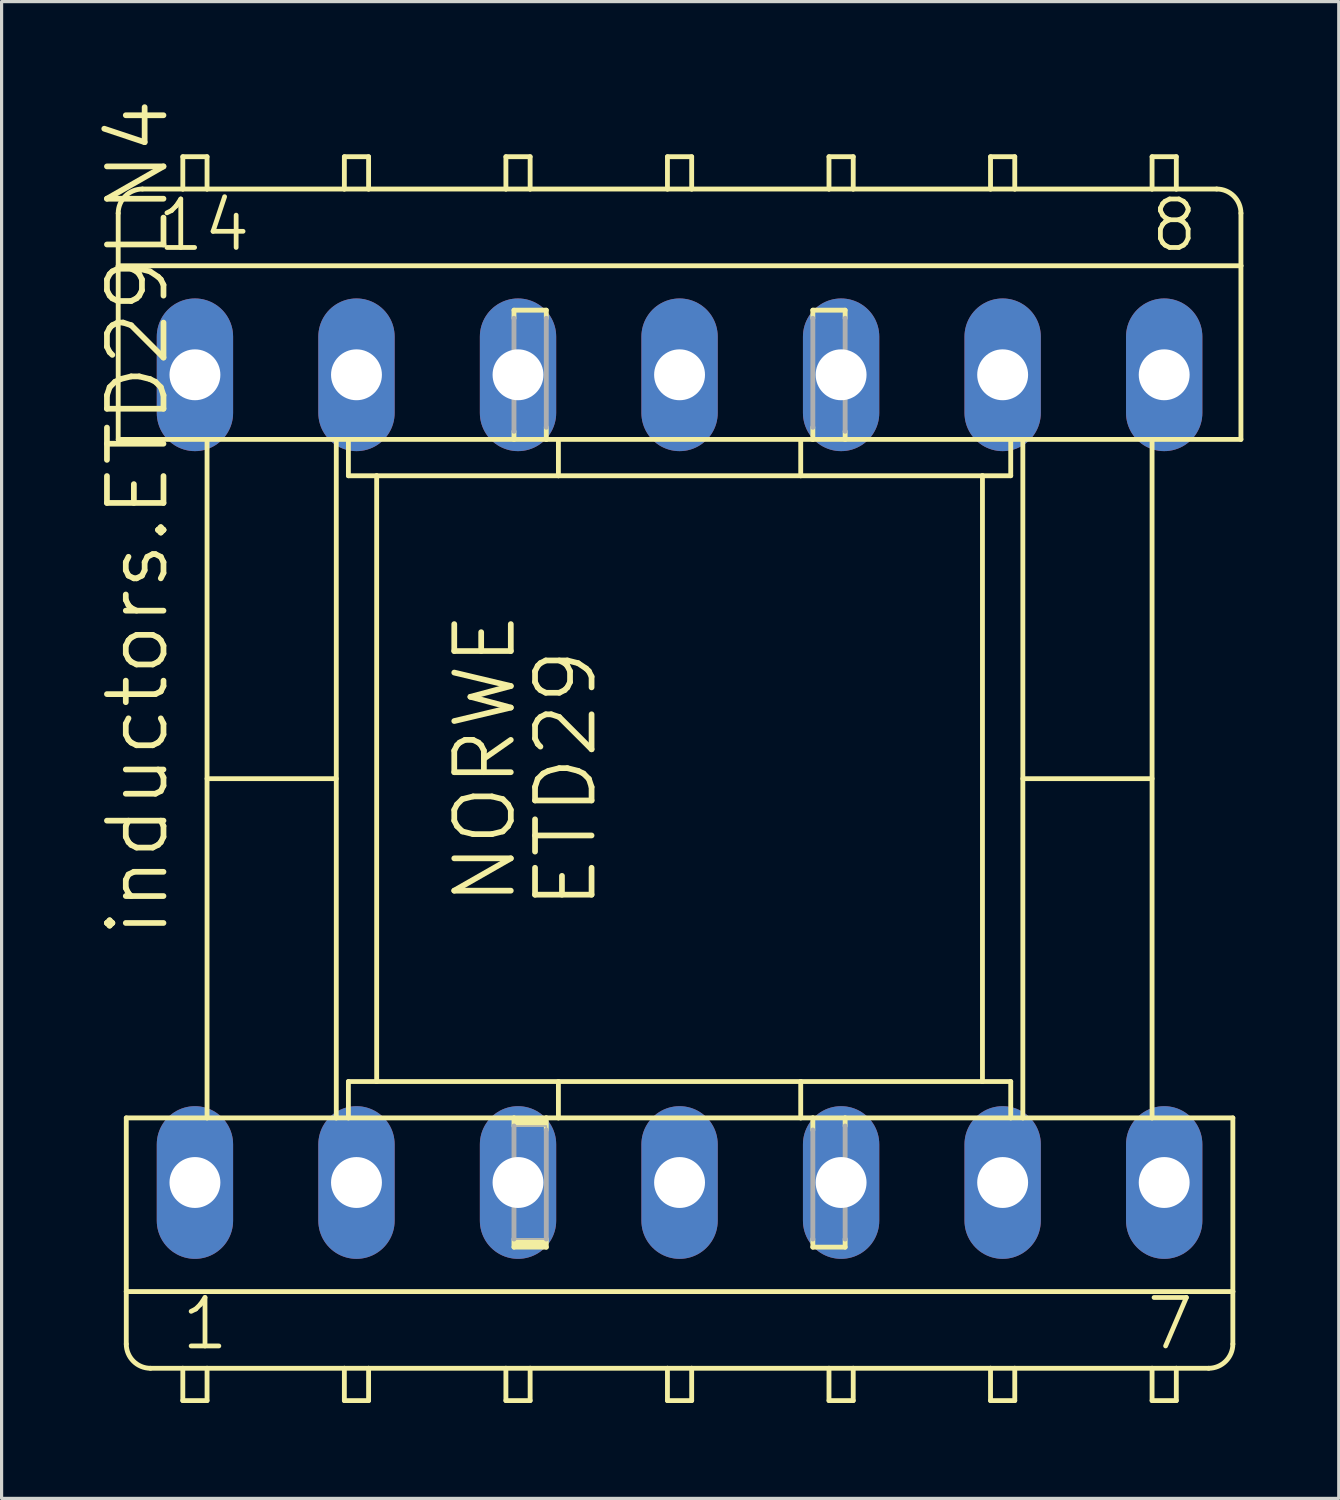
<source format=kicad_pcb>
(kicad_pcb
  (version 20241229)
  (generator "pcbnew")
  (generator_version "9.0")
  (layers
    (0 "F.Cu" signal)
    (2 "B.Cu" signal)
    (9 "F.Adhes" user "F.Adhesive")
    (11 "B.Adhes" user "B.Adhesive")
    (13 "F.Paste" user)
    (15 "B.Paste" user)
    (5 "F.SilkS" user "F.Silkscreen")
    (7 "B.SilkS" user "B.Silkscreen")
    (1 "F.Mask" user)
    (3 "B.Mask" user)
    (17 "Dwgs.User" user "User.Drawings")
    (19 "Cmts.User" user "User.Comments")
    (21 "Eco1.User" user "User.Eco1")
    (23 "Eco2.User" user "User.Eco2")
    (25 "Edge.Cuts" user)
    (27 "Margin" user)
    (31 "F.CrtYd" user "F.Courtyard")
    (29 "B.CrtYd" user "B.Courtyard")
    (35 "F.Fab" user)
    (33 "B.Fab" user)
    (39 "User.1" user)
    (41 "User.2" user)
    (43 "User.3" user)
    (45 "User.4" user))
  (footprint "inductors.ETD29LN4"
    (layer "F.Cu")
    (at 18.32 21.436)
    (property "Reference" "inductors.ETD29LN4" (at -16.002 5.08 90) (layer "F.SilkS") (effects (font (size 1.778 1.778) (thickness 0.18)) (justify left bottom)))
    (attr through_hole)
    (fp_line (start -17.653 -16.129) (end -17.653 -17.78) (stroke (width 0.152) (type default)) (layer "F.SilkS"))
    (fp_line (start -17.653 -16.129) (end 17.653 -16.129) (stroke (width 0.152) (type default)) (layer "F.SilkS"))
    (fp_line (start -17.653 -10.668) (end -17.653 -16.129) (stroke (width 0.152) (type default)) (layer "F.SilkS"))
    (fp_line (start -17.653 -10.668) (end -14.859 -10.668) (stroke (width 0.152) (type default)) (layer "F.SilkS"))
    (fp_line (start -17.399 10.668) (end -14.859 10.668) (stroke (width 0.152) (type default)) (layer "F.SilkS"))
    (fp_line (start -17.399 16.129) (end -17.399 10.668) (stroke (width 0.152) (type default)) (layer "F.SilkS"))
    (fp_line (start -17.399 17.78) (end -17.399 16.129) (stroke (width 0.152) (type default)) (layer "F.SilkS"))
    (fp_line (start -16.891 -18.542) (end -15.621 -18.542) (stroke (width 0.152) (type default)) (layer "F.SilkS"))
    (fp_line (start -15.621 -19.558) (end -15.621 -18.542) (stroke (width 0.152) (type default)) (layer "F.SilkS"))
    (fp_line (start -15.621 -18.542) (end -14.859 -18.542) (stroke (width 0.152) (type default)) (layer "F.SilkS"))
    (fp_line (start -15.621 18.542) (end -16.637 18.542) (stroke (width 0.152) (type default)) (layer "F.SilkS"))
    (fp_line (start -15.621 18.542) (end -15.621 19.558) (stroke (width 0.152) (type default)) (layer "F.SilkS"))
    (fp_line (start -15.621 19.558) (end -14.859 19.558) (stroke (width 0.152) (type default)) (layer "F.SilkS"))
    (fp_line (start -14.859 -19.558) (end -15.621 -19.558) (stroke (width 0.152) (type default)) (layer "F.SilkS"))
    (fp_line (start -14.859 -18.542) (end -14.859 -19.558) (stroke (width 0.152) (type default)) (layer "F.SilkS"))
    (fp_line (start -14.859 -18.542) (end -10.541 -18.542) (stroke (width 0.152) (type default)) (layer "F.SilkS"))
    (fp_line (start -14.859 -10.668) (end -10.795 -10.668) (stroke (width 0.152) (type default)) (layer "F.SilkS"))
    (fp_line (start -14.859 10.668) (end -14.859 -10.668) (stroke (width 0.152) (type default)) (layer "F.SilkS"))
    (fp_line (start -14.859 10.668) (end -10.795 10.668) (stroke (width 0.152) (type default)) (layer "F.SilkS"))
    (fp_line (start -14.859 18.542) (end -15.621 18.542) (stroke (width 0.152) (type default)) (layer "F.SilkS"))
    (fp_line (start -14.859 19.558) (end -14.859 18.542) (stroke (width 0.152) (type default)) (layer "F.SilkS"))
    (fp_line (start -10.795 -10.668) (end -10.414 -10.668) (stroke (width 0.152) (type default)) (layer "F.SilkS"))
    (fp_line (start -10.795 0) (end -14.859 0) (stroke (width 0.152) (type default)) (layer "F.SilkS"))
    (fp_line (start -10.795 10.668) (end -10.795 -10.668) (stroke (width 0.152) (type default)) (layer "F.SilkS"))
    (fp_line (start -10.795 10.668) (end -10.414 10.668) (stroke (width 0.152) (type default)) (layer "F.SilkS"))
    (fp_line (start -10.541 -19.558) (end -10.541 -18.542) (stroke (width 0.152) (type default)) (layer "F.SilkS"))
    (fp_line (start -10.541 -18.542) (end -9.779 -18.542) (stroke (width 0.152) (type default)) (layer "F.SilkS"))
    (fp_line (start -10.541 18.542) (end -14.859 18.542) (stroke (width 0.152) (type default)) (layer "F.SilkS"))
    (fp_line (start -10.541 18.542) (end -10.541 19.558) (stroke (width 0.152) (type default)) (layer "F.SilkS"))
    (fp_line (start -10.541 19.558) (end -9.779 19.558) (stroke (width 0.152) (type default)) (layer "F.SilkS"))
    (fp_line (start -10.414 -10.668) (end -5.207 -10.668) (stroke (width 0.152) (type default)) (layer "F.SilkS"))
    (fp_line (start -10.414 -9.525) (end -10.414 -10.668) (stroke (width 0.152) (type default)) (layer "F.SilkS"))
    (fp_line (start -10.414 -9.525) (end -9.525 -9.525) (stroke (width 0.152) (type default)) (layer "F.SilkS"))
    (fp_line (start -10.414 9.525) (end -9.525 9.525) (stroke (width 0.152) (type default)) (layer "F.SilkS"))
    (fp_line (start -10.414 10.668) (end -10.414 9.525) (stroke (width 0.152) (type default)) (layer "F.SilkS"))
    (fp_line (start -10.414 10.668) (end -5.207 10.668) (stroke (width 0.152) (type default)) (layer "F.SilkS"))
    (fp_line (start -9.779 -19.558) (end -10.541 -19.558) (stroke (width 0.152) (type default)) (layer "F.SilkS"))
    (fp_line (start -9.779 -18.542) (end -9.779 -19.558) (stroke (width 0.152) (type default)) (layer "F.SilkS"))
    (fp_line (start -9.779 -18.542) (end -5.461 -18.542) (stroke (width 0.152) (type default)) (layer "F.SilkS"))
    (fp_line (start -9.779 18.542) (end -10.541 18.542) (stroke (width 0.152) (type default)) (layer "F.SilkS"))
    (fp_line (start -9.779 19.558) (end -9.779 18.542) (stroke (width 0.152) (type default)) (layer "F.SilkS"))
    (fp_line (start -9.525 -9.525) (end -9.525 9.525) (stroke (width 0.152) (type default)) (layer "F.SilkS"))
    (fp_line (start -9.525 -9.525) (end -3.81 -9.525) (stroke (width 0.152) (type default)) (layer "F.SilkS"))
    (fp_line (start -9.525 9.525) (end -3.81 9.525) (stroke (width 0.152) (type default)) (layer "F.SilkS"))
    (fp_line (start -5.461 -19.558) (end -5.461 -18.542) (stroke (width 0.152) (type default)) (layer "F.SilkS"))
    (fp_line (start -5.461 -18.542) (end -4.699 -18.542) (stroke (width 0.152) (type default)) (layer "F.SilkS"))
    (fp_line (start -5.461 18.542) (end -9.779 18.542) (stroke (width 0.152) (type default)) (layer "F.SilkS"))
    (fp_line (start -5.461 18.542) (end -5.461 19.558) (stroke (width 0.152) (type default)) (layer "F.SilkS"))
    (fp_line (start -5.461 19.558) (end -4.699 19.558) (stroke (width 0.152) (type default)) (layer "F.SilkS"))
    (fp_line (start -5.207 -14.732) (end -4.191 -14.732) (stroke (width 0.152) (type default)) (layer "F.SilkS"))
    (fp_line (start -5.207 -14.478) (end -5.207 -14.732) (stroke (width 0.152) (type default)) (layer "F.SilkS"))
    (fp_line (start -5.207 -10.668) (end -5.207 -10.922) (stroke (width 0.152) (type default)) (layer "F.SilkS"))
    (fp_line (start -5.207 -10.668) (end -4.191 -10.668) (stroke (width 0.152) (type default)) (layer "F.SilkS"))
    (fp_line (start -5.207 10.668) (end -5.207 10.922) (stroke (width 0.152) (type default)) (layer "F.SilkS"))
    (fp_line (start -5.207 10.668) (end -4.191 10.668) (stroke (width 0.152) (type default)) (layer "F.SilkS"))
    (fp_line (start -5.207 14.478) (end -5.207 14.732) (stroke (width 0.152) (type default)) (layer "F.SilkS"))
    (fp_line (start -5.207 14.732) (end -4.191 14.732) (stroke (width 0.152) (type default)) (layer "F.SilkS"))
    (fp_line (start -4.699 -19.558) (end -5.461 -19.558) (stroke (width 0.152) (type default)) (layer "F.SilkS"))
    (fp_line (start -4.699 -18.542) (end -4.699 -19.558) (stroke (width 0.152) (type default)) (layer "F.SilkS"))
    (fp_line (start -4.699 -18.542) (end -0.381 -18.542) (stroke (width 0.152) (type default)) (layer "F.SilkS"))
    (fp_line (start -4.699 18.542) (end -5.461 18.542) (stroke (width 0.152) (type default)) (layer "F.SilkS"))
    (fp_line (start -4.699 19.558) (end -4.699 18.542) (stroke (width 0.152) (type default)) (layer "F.SilkS"))
    (fp_line (start -4.191 -14.478) (end -4.191 -14.732) (stroke (width 0.152) (type default)) (layer "F.SilkS"))
    (fp_line (start -4.191 -10.668) (end -4.191 -11.049) (stroke (width 0.152) (type default)) (layer "F.SilkS"))
    (fp_line (start -4.191 -10.668) (end -3.81 -10.668) (stroke (width 0.152) (type default)) (layer "F.SilkS"))
    (fp_line (start -4.191 10.668) (end -4.191 11.049) (stroke (width 0.152) (type default)) (layer "F.SilkS"))
    (fp_line (start -4.191 10.668) (end -3.81 10.668) (stroke (width 0.152) (type default)) (layer "F.SilkS"))
    (fp_line (start -4.191 14.478) (end -4.191 14.732) (stroke (width 0.152) (type default)) (layer "F.SilkS"))
    (fp_line (start -3.81 -10.668) (end 3.81 -10.668) (stroke (width 0.152) (type default)) (layer "F.SilkS"))
    (fp_line (start -3.81 -9.525) (end -3.81 -10.668) (stroke (width 0.152) (type default)) (layer "F.SilkS"))
    (fp_line (start -3.81 -9.525) (end 3.81 -9.525) (stroke (width 0.152) (type default)) (layer "F.SilkS"))
    (fp_line (start -3.81 9.525) (end -3.81 10.668) (stroke (width 0.152) (type default)) (layer "F.SilkS"))
    (fp_line (start -3.81 9.525) (end 3.81 9.525) (stroke (width 0.152) (type default)) (layer "F.SilkS"))
    (fp_line (start -3.81 10.668) (end 3.81 10.668) (stroke (width 0.152) (type default)) (layer "F.SilkS"))
    (fp_line (start -0.381 -19.558) (end -0.381 -18.542) (stroke (width 0.152) (type default)) (layer "F.SilkS"))
    (fp_line (start -0.381 -18.542) (end 0.381 -18.542) (stroke (width 0.152) (type default)) (layer "F.SilkS"))
    (fp_line (start -0.381 18.542) (end -4.699 18.542) (stroke (width 0.152) (type default)) (layer "F.SilkS"))
    (fp_line (start -0.381 18.542) (end -0.381 19.558) (stroke (width 0.152) (type default)) (layer "F.SilkS"))
    (fp_line (start -0.381 19.558) (end 0.381 19.558) (stroke (width 0.152) (type default)) (layer "F.SilkS"))
    (fp_line (start 0.381 -19.558) (end -0.381 -19.558) (stroke (width 0.152) (type default)) (layer "F.SilkS"))
    (fp_line (start 0.381 -18.542) (end 0.381 -19.558) (stroke (width 0.152) (type default)) (layer "F.SilkS"))
    (fp_line (start 0.381 -18.542) (end 4.699 -18.542) (stroke (width 0.152) (type default)) (layer "F.SilkS"))
    (fp_line (start 0.381 18.542) (end -0.381 18.542) (stroke (width 0.152) (type default)) (layer "F.SilkS"))
    (fp_line (start 0.381 19.558) (end 0.381 18.542) (stroke (width 0.152) (type default)) (layer "F.SilkS"))
    (fp_line (start 3.81 -10.668) (end 4.191 -10.668) (stroke (width 0.152) (type default)) (layer "F.SilkS"))
    (fp_line (start 3.81 -9.525) (end 3.81 -10.668) (stroke (width 0.152) (type default)) (layer "F.SilkS"))
    (fp_line (start 3.81 -9.525) (end 9.525 -9.525) (stroke (width 0.152) (type default)) (layer "F.SilkS"))
    (fp_line (start 3.81 9.525) (end 3.81 10.668) (stroke (width 0.152) (type default)) (layer "F.SilkS"))
    (fp_line (start 3.81 9.525) (end 9.525 9.525) (stroke (width 0.152) (type default)) (layer "F.SilkS"))
    (fp_line (start 3.81 10.668) (end 4.191 10.668) (stroke (width 0.152) (type default)) (layer "F.SilkS"))
    (fp_line (start 4.191 -14.732) (end 5.207 -14.732) (stroke (width 0.152) (type default)) (layer "F.SilkS"))
    (fp_line (start 4.191 -14.478) (end 4.191 -14.732) (stroke (width 0.152) (type default)) (layer "F.SilkS"))
    (fp_line (start 4.191 -10.668) (end 4.191 -11.049) (stroke (width 0.152) (type default)) (layer "F.SilkS"))
    (fp_line (start 4.191 -10.668) (end 5.207 -10.668) (stroke (width 0.152) (type default)) (layer "F.SilkS"))
    (fp_line (start 4.191 10.668) (end 4.191 11.049) (stroke (width 0.152) (type default)) (layer "F.SilkS"))
    (fp_line (start 4.191 10.668) (end 5.207 10.668) (stroke (width 0.152) (type default)) (layer "F.SilkS"))
    (fp_line (start 4.191 14.478) (end 4.191 14.732) (stroke (width 0.152) (type default)) (layer "F.SilkS"))
    (fp_line (start 4.191 14.732) (end 5.207 14.732) (stroke (width 0.152) (type default)) (layer "F.SilkS"))
    (fp_line (start 4.699 -19.558) (end 4.699 -18.542) (stroke (width 0.152) (type default)) (layer "F.SilkS"))
    (fp_line (start 4.699 -18.542) (end 5.461 -18.542) (stroke (width 0.152) (type default)) (layer "F.SilkS"))
    (fp_line (start 4.699 18.542) (end 0.381 18.542) (stroke (width 0.152) (type default)) (layer "F.SilkS"))
    (fp_line (start 4.699 18.542) (end 4.699 19.558) (stroke (width 0.152) (type default)) (layer "F.SilkS"))
    (fp_line (start 4.699 19.558) (end 5.461 19.558) (stroke (width 0.152) (type default)) (layer "F.SilkS"))
    (fp_line (start 5.207 -14.478) (end 5.207 -14.732) (stroke (width 0.152) (type default)) (layer "F.SilkS"))
    (fp_line (start 5.207 -10.668) (end 5.207 -10.922) (stroke (width 0.152) (type default)) (layer "F.SilkS"))
    (fp_line (start 5.207 -10.668) (end 10.414 -10.668) (stroke (width 0.152) (type default)) (layer "F.SilkS"))
    (fp_line (start 5.207 10.668) (end 5.207 10.922) (stroke (width 0.152) (type default)) (layer "F.SilkS"))
    (fp_line (start 5.207 10.668) (end 10.414 10.668) (stroke (width 0.152) (type default)) (layer "F.SilkS"))
    (fp_line (start 5.207 14.478) (end 5.207 14.732) (stroke (width 0.152) (type default)) (layer "F.SilkS"))
    (fp_line (start 5.461 -19.558) (end 4.699 -19.558) (stroke (width 0.152) (type default)) (layer "F.SilkS"))
    (fp_line (start 5.461 -18.542) (end 5.461 -19.558) (stroke (width 0.152) (type default)) (layer "F.SilkS"))
    (fp_line (start 5.461 -18.542) (end 9.779 -18.542) (stroke (width 0.152) (type default)) (layer "F.SilkS"))
    (fp_line (start 5.461 18.542) (end 4.699 18.542) (stroke (width 0.152) (type default)) (layer "F.SilkS"))
    (fp_line (start 5.461 19.558) (end 5.461 18.542) (stroke (width 0.152) (type default)) (layer "F.SilkS"))
    (fp_line (start 9.525 -9.525) (end 9.525 9.525) (stroke (width 0.152) (type default)) (layer "F.SilkS"))
    (fp_line (start 9.525 -9.525) (end 10.414 -9.525) (stroke (width 0.152) (type default)) (layer "F.SilkS"))
    (fp_line (start 9.525 9.525) (end 10.414 9.525) (stroke (width 0.152) (type default)) (layer "F.SilkS"))
    (fp_line (start 9.779 -19.558) (end 9.779 -18.542) (stroke (width 0.152) (type default)) (layer "F.SilkS"))
    (fp_line (start 9.779 -18.542) (end 10.541 -18.542) (stroke (width 0.152) (type default)) (layer "F.SilkS"))
    (fp_line (start 9.779 18.542) (end 5.461 18.542) (stroke (width 0.152) (type default)) (layer "F.SilkS"))
    (fp_line (start 9.779 18.542) (end 9.779 19.558) (stroke (width 0.152) (type default)) (layer "F.SilkS"))
    (fp_line (start 9.779 19.558) (end 10.541 19.558) (stroke (width 0.152) (type default)) (layer "F.SilkS"))
    (fp_line (start 10.414 -10.668) (end 10.795 -10.668) (stroke (width 0.152) (type default)) (layer "F.SilkS"))
    (fp_line (start 10.414 -9.525) (end 10.414 -10.668) (stroke (width 0.152) (type default)) (layer "F.SilkS"))
    (fp_line (start 10.414 10.668) (end 10.414 9.525) (stroke (width 0.152) (type default)) (layer "F.SilkS"))
    (fp_line (start 10.414 10.668) (end 10.795 10.668) (stroke (width 0.152) (type default)) (layer "F.SilkS"))
    (fp_line (start 10.541 -19.558) (end 9.779 -19.558) (stroke (width 0.152) (type default)) (layer "F.SilkS"))
    (fp_line (start 10.541 -18.542) (end 10.541 -19.558) (stroke (width 0.152) (type default)) (layer "F.SilkS"))
    (fp_line (start 10.541 -18.542) (end 14.859 -18.542) (stroke (width 0.152) (type default)) (layer "F.SilkS"))
    (fp_line (start 10.541 18.542) (end 9.779 18.542) (stroke (width 0.152) (type default)) (layer "F.SilkS"))
    (fp_line (start 10.541 19.558) (end 10.541 18.542) (stroke (width 0.152) (type default)) (layer "F.SilkS"))
    (fp_line (start 10.795 -10.668) (end 14.859 -10.668) (stroke (width 0.152) (type default)) (layer "F.SilkS"))
    (fp_line (start 10.795 0) (end 14.859 0) (stroke (width 0.152) (type default)) (layer "F.SilkS"))
    (fp_line (start 10.795 10.668) (end 10.795 -10.668) (stroke (width 0.152) (type default)) (layer "F.SilkS"))
    (fp_line (start 10.795 10.668) (end 14.859 10.668) (stroke (width 0.152) (type default)) (layer "F.SilkS"))
    (fp_line (start 14.859 -19.558) (end 14.859 -18.542) (stroke (width 0.152) (type default)) (layer "F.SilkS"))
    (fp_line (start 14.859 -18.542) (end 15.621 -18.542) (stroke (width 0.152) (type default)) (layer "F.SilkS"))
    (fp_line (start 14.859 -10.668) (end 17.653 -10.668) (stroke (width 0.152) (type default)) (layer "F.SilkS"))
    (fp_line (start 14.859 10.668) (end 14.859 -10.668) (stroke (width 0.152) (type default)) (layer "F.SilkS"))
    (fp_line (start 14.859 10.668) (end 17.399 10.668) (stroke (width 0.152) (type default)) (layer "F.SilkS"))
    (fp_line (start 14.859 18.542) (end 10.541 18.542) (stroke (width 0.152) (type default)) (layer "F.SilkS"))
    (fp_line (start 14.859 18.542) (end 14.859 19.558) (stroke (width 0.152) (type default)) (layer "F.SilkS"))
    (fp_line (start 14.859 19.558) (end 15.621 19.558) (stroke (width 0.152) (type default)) (layer "F.SilkS"))
    (fp_line (start 15.621 -19.558) (end 14.859 -19.558) (stroke (width 0.152) (type default)) (layer "F.SilkS"))
    (fp_line (start 15.621 -18.542) (end 15.621 -19.558) (stroke (width 0.152) (type default)) (layer "F.SilkS"))
    (fp_line (start 15.621 -18.542) (end 16.891 -18.542) (stroke (width 0.152) (type default)) (layer "F.SilkS"))
    (fp_line (start 15.621 18.542) (end 14.859 18.542) (stroke (width 0.152) (type default)) (layer "F.SilkS"))
    (fp_line (start 15.621 19.558) (end 15.621 18.542) (stroke (width 0.152) (type default)) (layer "F.SilkS"))
    (fp_line (start 16.637 18.542) (end 15.621 18.542) (stroke (width 0.152) (type default)) (layer "F.SilkS"))
    (fp_line (start 17.399 10.668) (end 17.399 16.129) (stroke (width 0.152) (type default)) (layer "F.SilkS"))
    (fp_line (start 17.399 16.129) (end -17.399 16.129) (stroke (width 0.152) (type default)) (layer "F.SilkS"))
    (fp_line (start 17.399 16.129) (end 17.399 17.78) (stroke (width 0.152) (type default)) (layer "F.SilkS"))
    (fp_line (start 17.653 -16.129) (end 17.653 -17.78) (stroke (width 0.152) (type default)) (layer "F.SilkS"))
    (fp_line (start 17.653 -10.668) (end 17.653 -16.129) (stroke (width 0.152) (type default)) (layer "F.SilkS"))
    (fp_rect (start -5.207 10.922) (end -4.191 10.668) (stroke (width 0.05) (type default)) (fill yes) (layer "F.SilkS"))
    (fp_rect (start -5.207 14.732) (end -4.191 14.478) (stroke (width 0.05) (type default)) (fill yes) (layer "F.SilkS"))
    (fp_arc (start -17.653 -17.78) (mid -17.429815 -18.318815) (end -16.891 -18.542) (stroke (width 0.1524) (type default)) (layer "F.SilkS"))
    (fp_arc (start -16.637 18.542) (mid -17.175815 18.318815) (end -17.399 17.78) (stroke (width 0.1524) (type default)) (layer "F.SilkS"))
    (fp_arc (start 16.891 -18.542) (mid 17.429815 -18.318815) (end 17.653 -17.78) (stroke (width 0.1524) (type default)) (layer "F.SilkS"))
    (fp_arc (start 17.399 17.78) (mid 17.175815 18.318815) (end 16.637 18.542) (stroke (width 0.1524) (type default)) (layer "F.SilkS"))
    (fp_line (start -5.207 -10.922) (end -5.207 -14.478) (stroke (width 0.152) (type default)) (layer "F.Fab"))
    (fp_line (start -5.207 14.478) (end -5.207 10.922) (stroke (width 0.152) (type default)) (layer "F.Fab"))
    (fp_line (start -4.191 -11.049) (end -4.191 -14.478) (stroke (width 0.152) (type default)) (layer "F.Fab"))
    (fp_line (start -4.191 11.049) (end -4.191 14.478) (stroke (width 0.152) (type default)) (layer "F.Fab"))
    (fp_line (start 4.191 -11.049) (end 4.191 -14.478) (stroke (width 0.152) (type default)) (layer "F.Fab"))
    (fp_line (start 4.191 11.049) (end 4.191 14.478) (stroke (width 0.152) (type default)) (layer "F.Fab"))
    (fp_line (start 5.207 -10.922) (end 5.207 -14.478) (stroke (width 0.152) (type default)) (layer "F.Fab"))
    (fp_line (start 5.207 10.922) (end 5.207 14.478) (stroke (width 0.152) (type default)) (layer "F.Fab"))
    (fp_rect (start -5.207 14.478) (end -4.191 10.922) (stroke (width 0.05) (type default)) (fill no) (layer "F.Fab"))
    (fp_text user "8" (at 14.732 -16.51 0) (layer "F.SilkS") (effects (font (size 1.524 1.524) (thickness 0.15)) (justify left bottom)))
    (fp_text user "ETD29" (at -2.54 4.191 90) (layer "F.SilkS") (effects (font (size 1.778 1.778) (thickness 0.18)) (justify left bottom)))
    (fp_text user "7" (at 14.605 18.034 0) (layer "F.SilkS") (effects (font (size 1.524 1.524) (thickness 0.15)) (justify left bottom)))
    (fp_text user "NORWE" (at -5.08 4.064 90) (layer "F.SilkS") (effects (font (size 1.778 1.778) (thickness 0.18)) (justify left bottom)))
    (fp_text user "1" (at -15.748 18.034 0) (layer "F.SilkS") (effects (font (size 1.524 1.524) (thickness 0.15)) (justify left bottom)))
    (fp_text user "14" (at -16.51 -16.51 0) (layer "F.SilkS") (effects (font (size 1.524 1.524) (thickness 0.15)) (justify left bottom)))
    (pad "1" thru_hole oval (at -15.24 12.7 90) (size 4.801 2.4) (drill 1.6) (layers "*.Cu" "*.Mask"))
    (pad "2" thru_hole oval (at -10.16 12.7 90) (size 4.801 2.4) (drill 1.6) (layers "*.Cu" "*.Mask"))
    (pad "3" thru_hole oval (at -5.08 12.7 90) (size 4.801 2.4) (drill 1.6) (layers "*.Cu" "*.Mask"))
    (pad "4" thru_hole oval (at 0 12.7 90) (size 4.801 2.4) (drill 1.6) (layers "*.Cu" "*.Mask"))
    (pad "5" thru_hole oval (at 5.08 12.7 90) (size 4.801 2.4) (drill 1.6) (layers "*.Cu" "*.Mask"))
    (pad "6" thru_hole oval (at 10.16 12.7 90) (size 4.801 2.4) (drill 1.6) (layers "*.Cu" "*.Mask"))
    (pad "7" thru_hole oval (at 15.24 12.7 90) (size 4.801 2.4) (drill 1.6) (layers "*.Cu" "*.Mask"))
    (pad "8" thru_hole oval (at 15.24 -12.7 90) (size 4.801 2.4) (drill 1.6) (layers "*.Cu" "*.Mask"))
    (pad "9" thru_hole oval (at 10.16 -12.7 90) (size 4.801 2.4) (drill 1.6) (layers "*.Cu" "*.Mask"))
    (pad "10" thru_hole oval (at 5.08 -12.7 90) (size 4.801 2.4) (drill 1.6) (layers "*.Cu" "*.Mask"))
    (pad "11" thru_hole oval (at 0 -12.7 90) (size 4.801 2.4) (drill 1.6) (layers "*.Cu" "*.Mask"))
    (pad "12" thru_hole oval (at -5.08 -12.7 90) (size 4.801 2.4) (drill 1.6) (layers "*.Cu" "*.Mask"))
    (pad "13" thru_hole oval (at -10.16 -12.7 90) (size 4.801 2.4) (drill 1.6) (layers "*.Cu" "*.Mask"))
    (pad "14" thru_hole oval (at -15.24 -12.7 90) (size 4.801 2.4) (drill 1.6) (layers "*.Cu" "*.Mask")))
  (gr_rect
    (start -3 -3)
    (end 39.049 44.07)
    (stroke (width 0.1) (type default))
    (fill no)
    (layer "Edge.Cuts")))
</source>
